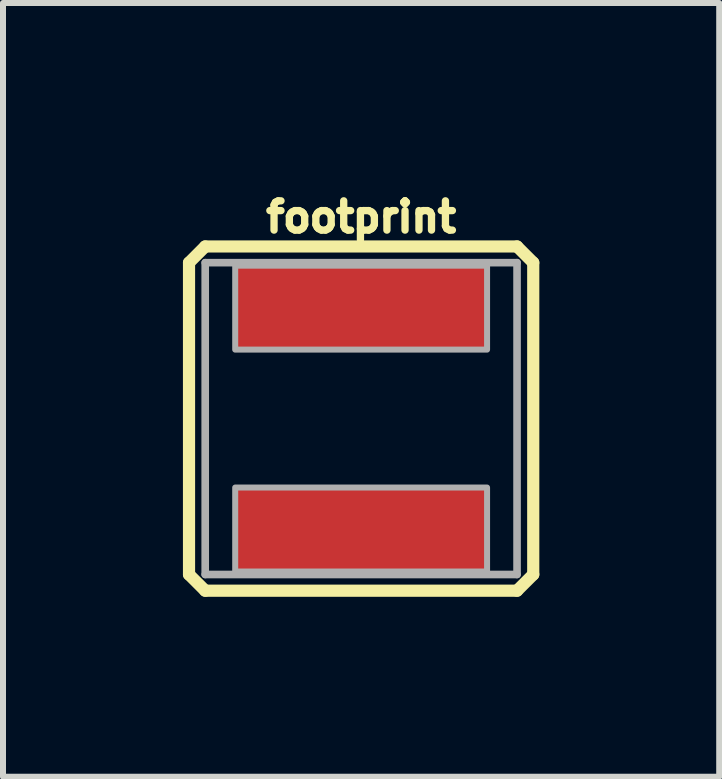
<source format=kicad_pcb>
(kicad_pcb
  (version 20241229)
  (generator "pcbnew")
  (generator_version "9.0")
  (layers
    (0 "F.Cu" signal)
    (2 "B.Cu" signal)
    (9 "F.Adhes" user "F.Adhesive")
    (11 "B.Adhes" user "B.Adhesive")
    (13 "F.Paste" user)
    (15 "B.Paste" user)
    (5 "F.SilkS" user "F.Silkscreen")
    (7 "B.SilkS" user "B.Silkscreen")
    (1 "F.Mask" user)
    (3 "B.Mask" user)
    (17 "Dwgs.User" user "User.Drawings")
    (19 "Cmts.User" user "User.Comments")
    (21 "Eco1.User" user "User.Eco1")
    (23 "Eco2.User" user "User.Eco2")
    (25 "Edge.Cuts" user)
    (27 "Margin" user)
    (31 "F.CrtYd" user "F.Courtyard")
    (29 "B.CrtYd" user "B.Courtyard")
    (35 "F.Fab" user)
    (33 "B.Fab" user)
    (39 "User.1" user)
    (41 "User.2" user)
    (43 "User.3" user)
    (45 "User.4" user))
  (footprint "footprint"
    (layer "F.Cu")
    (at 2.972 3.93)
    (property "Reference" "footprint" (at 0 -3.077 0) (layer "F.SilkS") (effects (font (size 0.488 0.488) (thickness 0.122)) (justify bottom)))
    (fp_line (start -2.87 -2.6) (end -2.87 2.6) (stroke (width 0.203) (type solid)) (layer "F.SilkS"))
    (fp_line (start -2.87 -2.6) (end -2.6 -2.87) (stroke (width 0.203) (type solid)) (layer "F.SilkS"))
    (fp_line (start -2.87 2.6) (end -2.6 2.87) (stroke (width 0.203) (type solid)) (layer "F.SilkS"))
    (fp_line (start -2.6 2.87) (end 2.6 2.87) (stroke (width 0.203) (type solid)) (layer "F.SilkS"))
    (fp_line (start 2.6 -2.87) (end -2.6 -2.87) (stroke (width 0.203) (type solid)) (layer "F.SilkS"))
    (fp_line (start 2.6 -2.87) (end 2.87 -2.6) (stroke (width 0.203) (type solid)) (layer "F.SilkS"))
    (fp_line (start 2.6 2.87) (end 2.87 2.6) (stroke (width 0.203) (type solid)) (layer "F.SilkS"))
    (fp_line (start 2.87 2.6) (end 2.87 -2.6) (stroke (width 0.203) (type solid)) (layer "F.SilkS"))
    (fp_line (start -2.6 -2.6) (end -2.6 2.6) (stroke (width 0.127) (type solid)) (layer "F.Fab"))
    (fp_line (start -2.6 2.6) (end 2.6 2.6) (stroke (width 0.127) (type solid)) (layer "F.Fab"))
    (fp_line (start 2.6 -2.6) (end -2.6 -2.6) (stroke (width 0.127) (type solid)) (layer "F.Fab"))
    (fp_line (start 2.6 2.6) (end 2.6 -2.6) (stroke (width 0.127) (type solid)) (layer "F.Fab"))
    (fp_poly (pts (xy -2.1 -1.15) (xy 2.1 -1.15) (xy 2.1 -2.55) (xy -2.1 -2.55)) (stroke (width 0.1) (type solid)) (fill no) (layer "F.Fab"))
    (fp_poly (pts (xy -2.1 2.55) (xy 2.1 2.55) (xy 2.1 1.15) (xy -2.1 1.15)) (stroke (width 0.1) (type solid)) (fill no) (layer "F.Fab"))
    (pad "P$1" smd rect (at 0 -1.85) (size 4.2 1.4) (layers "F.Cu" "F.Mask" "F.Paste"))
    (pad "P$2" smd rect (at 0 1.85) (size 4.2 1.4) (layers "F.Cu" "F.Mask" "F.Paste")))
  (gr_rect
    (start -3 -3)
    (end 8.943 9.902)
    (stroke (width 0.1) (type default))
    (fill no)
    (layer "Edge.Cuts")))
</source>
